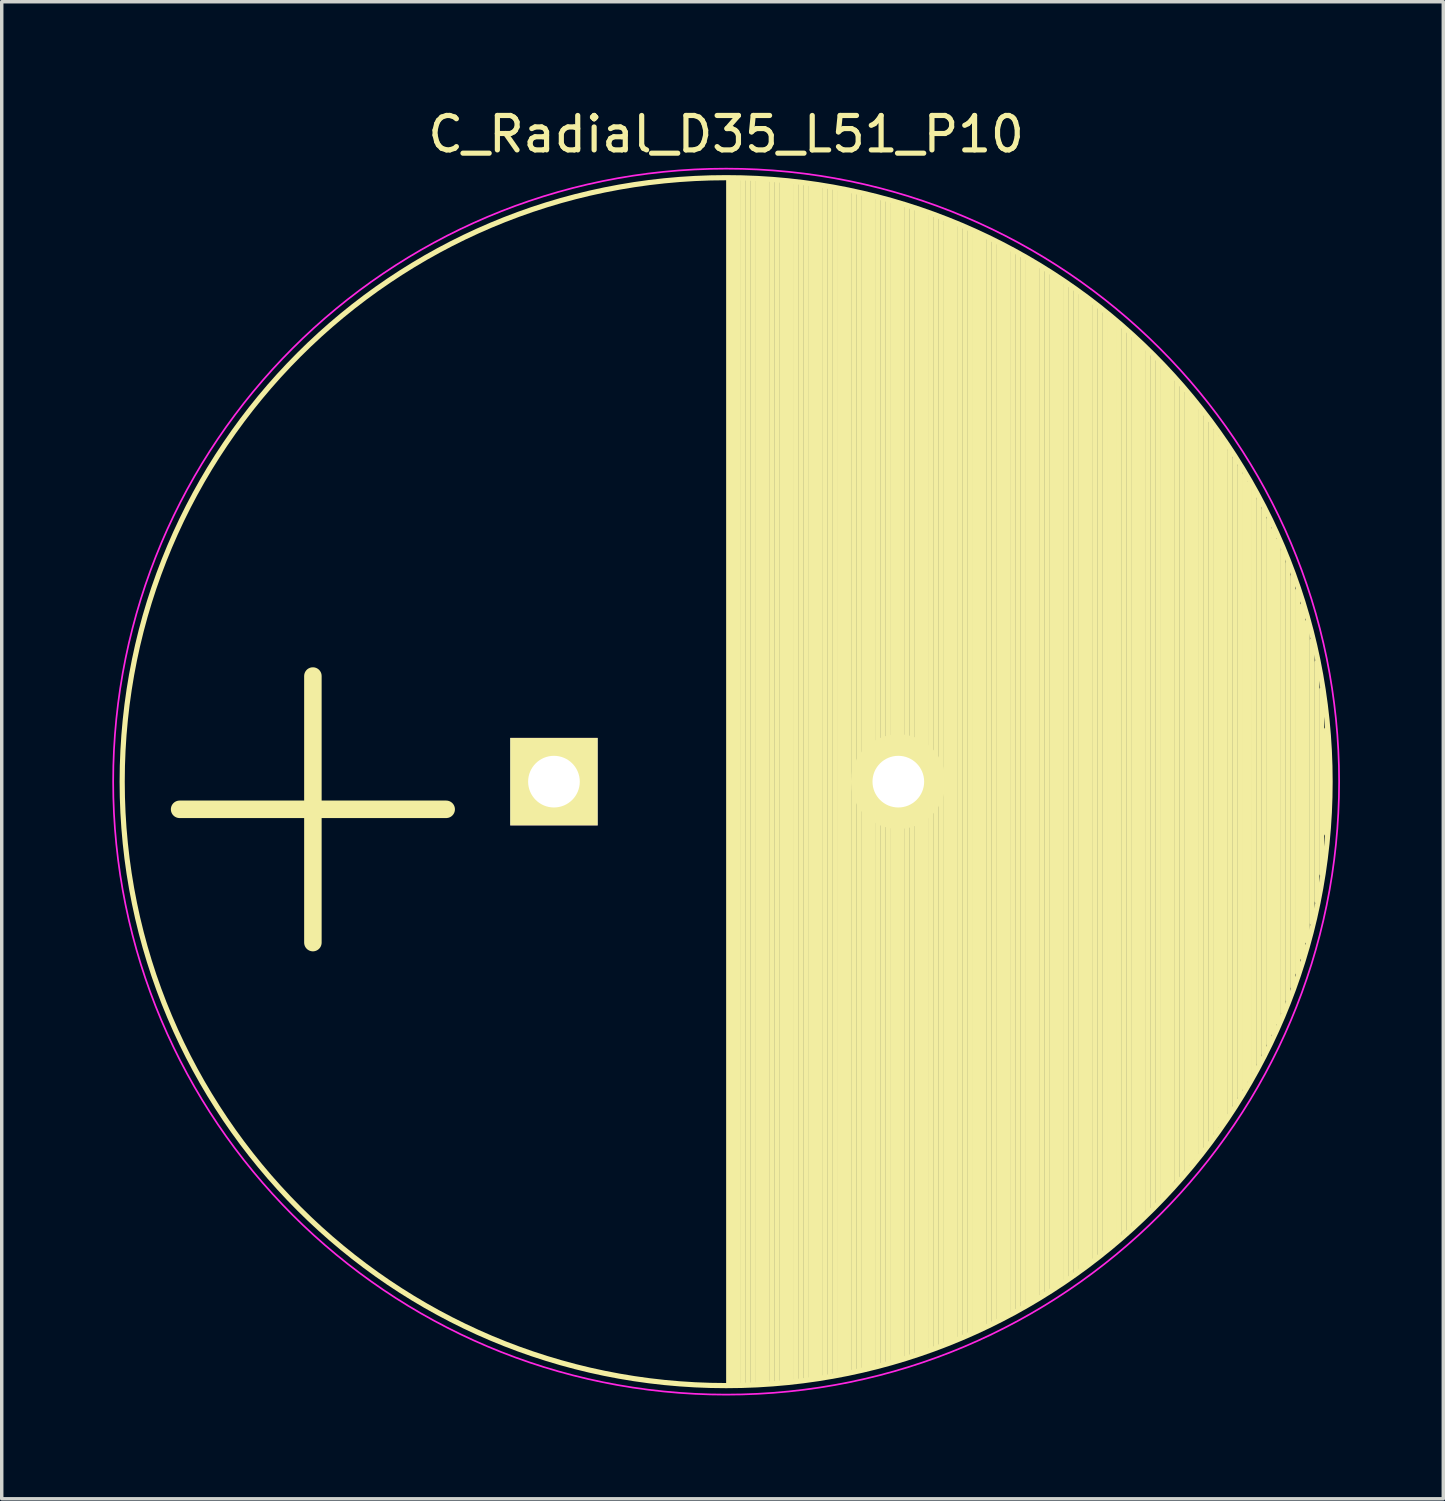
<source format=kicad_pcb>
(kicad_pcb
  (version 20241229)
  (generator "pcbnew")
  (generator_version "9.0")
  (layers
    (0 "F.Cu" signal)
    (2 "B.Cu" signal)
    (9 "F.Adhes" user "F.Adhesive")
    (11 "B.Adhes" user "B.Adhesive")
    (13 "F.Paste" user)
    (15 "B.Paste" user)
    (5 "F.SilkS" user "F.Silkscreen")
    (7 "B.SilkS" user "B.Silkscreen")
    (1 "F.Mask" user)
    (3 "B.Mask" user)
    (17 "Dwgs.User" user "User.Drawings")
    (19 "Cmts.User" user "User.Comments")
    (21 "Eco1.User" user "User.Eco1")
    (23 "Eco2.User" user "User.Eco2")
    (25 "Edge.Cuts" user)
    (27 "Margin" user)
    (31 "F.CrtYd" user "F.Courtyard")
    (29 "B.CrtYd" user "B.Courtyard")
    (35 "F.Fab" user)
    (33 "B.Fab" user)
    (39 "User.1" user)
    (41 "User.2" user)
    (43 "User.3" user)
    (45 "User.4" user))
  (footprint "C_Radial_D35_L51_P10"
    (layer "F.Cu")
    (at 13.036 19.648)
    (property "Reference" "C_Radial_D35_L51_P10" (at 5 -18.8 0) (layer "F.SilkS") (effects (font (size 1 1) (thickness 0.15))))
    (attr through_hole)
    (fp_line (start 5.075 -17.5) (end 5.075 17.5) (stroke (width 0.15) (type solid)) (layer "F.SilkS"))
    (fp_line (start 5.215 -17.499) (end 5.215 17.499) (stroke (width 0.15) (type solid)) (layer "F.SilkS"))
    (fp_line (start 5.355 -17.496) (end 5.355 17.496) (stroke (width 0.15) (type solid)) (layer "F.SilkS"))
    (fp_line (start 5.495 -17.493) (end 5.495 17.493) (stroke (width 0.15) (type solid)) (layer "F.SilkS"))
    (fp_line (start 5.635 -17.488) (end 5.635 17.488) (stroke (width 0.15) (type solid)) (layer "F.SilkS"))
    (fp_line (start 5.775 -17.483) (end 5.775 17.483) (stroke (width 0.15) (type solid)) (layer "F.SilkS"))
    (fp_line (start 5.915 -17.476) (end 5.915 17.476) (stroke (width 0.15) (type solid)) (layer "F.SilkS"))
    (fp_line (start 6.055 -17.468) (end 6.055 17.468) (stroke (width 0.15) (type solid)) (layer "F.SilkS"))
    (fp_line (start 6.195 -17.459) (end 6.195 17.459) (stroke (width 0.15) (type solid)) (layer "F.SilkS"))
    (fp_line (start 6.335 -17.449) (end 6.335 17.449) (stroke (width 0.15) (type solid)) (layer "F.SilkS"))
    (fp_line (start 6.475 -17.438) (end 6.475 17.438) (stroke (width 0.15) (type solid)) (layer "F.SilkS"))
    (fp_line (start 6.615 -17.425) (end 6.615 17.425) (stroke (width 0.15) (type solid)) (layer "F.SilkS"))
    (fp_line (start 6.755 -17.412) (end 6.755 17.412) (stroke (width 0.15) (type solid)) (layer "F.SilkS"))
    (fp_line (start 6.895 -17.397) (end 6.895 17.397) (stroke (width 0.15) (type solid)) (layer "F.SilkS"))
    (fp_line (start 7.035 -17.381) (end 7.035 17.381) (stroke (width 0.15) (type solid)) (layer "F.SilkS"))
    (fp_line (start 7.175 -17.364) (end 7.175 17.364) (stroke (width 0.15) (type solid)) (layer "F.SilkS"))
    (fp_line (start 7.315 -17.346) (end 7.315 17.346) (stroke (width 0.15) (type solid)) (layer "F.SilkS"))
    (fp_line (start 7.455 -17.327) (end 7.455 17.327) (stroke (width 0.15) (type solid)) (layer "F.SilkS"))
    (fp_line (start 7.595 -17.307) (end 7.595 17.307) (stroke (width 0.15) (type solid)) (layer "F.SilkS"))
    (fp_line (start 7.735 -17.285) (end 7.735 17.285) (stroke (width 0.15) (type solid)) (layer "F.SilkS"))
    (fp_line (start 7.875 -17.262) (end 7.875 17.262) (stroke (width 0.15) (type solid)) (layer "F.SilkS"))
    (fp_line (start 8.015 -17.238) (end 8.015 17.238) (stroke (width 0.15) (type solid)) (layer "F.SilkS"))
    (fp_line (start 8.155 -17.213) (end 8.155 17.213) (stroke (width 0.15) (type solid)) (layer "F.SilkS"))
    (fp_line (start 8.295 -17.187) (end 8.295 17.187) (stroke (width 0.15) (type solid)) (layer "F.SilkS"))
    (fp_line (start 8.435 -17.16) (end 8.435 17.16) (stroke (width 0.15) (type solid)) (layer "F.SilkS"))
    (fp_line (start 8.575 -17.131) (end 8.575 17.131) (stroke (width 0.15) (type solid)) (layer "F.SilkS"))
    (fp_line (start 8.715 -17.101) (end 8.715 -0.197) (stroke (width 0.15) (type solid)) (layer "F.SilkS"))
    (fp_line (start 8.715 0.197) (end 8.715 17.101) (stroke (width 0.15) (type solid)) (layer "F.SilkS"))
    (fp_line (start 8.855 -17.07) (end 8.855 -0.616) (stroke (width 0.15) (type solid)) (layer "F.SilkS"))
    (fp_line (start 8.855 0.616) (end 8.855 17.07) (stroke (width 0.15) (type solid)) (layer "F.SilkS"))
    (fp_line (start 8.995 -17.038) (end 8.995 -0.825) (stroke (width 0.15) (type solid)) (layer "F.SilkS"))
    (fp_line (start 8.995 0.825) (end 8.995 17.038) (stroke (width 0.15) (type solid)) (layer "F.SilkS"))
    (fp_line (start 9.135 -17.004) (end 9.135 -0.97) (stroke (width 0.15) (type solid)) (layer "F.SilkS"))
    (fp_line (start 9.135 0.97) (end 9.135 17.004) (stroke (width 0.15) (type solid)) (layer "F.SilkS"))
    (fp_line (start 9.275 -16.97) (end 9.275 -1.079) (stroke (width 0.15) (type solid)) (layer "F.SilkS"))
    (fp_line (start 9.275 1.079) (end 9.275 16.97) (stroke (width 0.15) (type solid)) (layer "F.SilkS"))
    (fp_line (start 9.415 -16.934) (end 9.415 -1.161) (stroke (width 0.15) (type solid)) (layer "F.SilkS"))
    (fp_line (start 9.415 1.161) (end 9.415 16.934) (stroke (width 0.15) (type solid)) (layer "F.SilkS"))
    (fp_line (start 9.555 -16.897) (end 9.555 -1.221) (stroke (width 0.15) (type solid)) (layer "F.SilkS"))
    (fp_line (start 9.555 1.221) (end 9.555 16.897) (stroke (width 0.15) (type solid)) (layer "F.SilkS"))
    (fp_line (start 9.695 -16.858) (end 9.695 -1.264) (stroke (width 0.15) (type solid)) (layer "F.SilkS"))
    (fp_line (start 9.695 1.264) (end 9.695 16.858) (stroke (width 0.15) (type solid)) (layer "F.SilkS"))
    (fp_line (start 9.835 -16.819) (end 9.835 -1.289) (stroke (width 0.15) (type solid)) (layer "F.SilkS"))
    (fp_line (start 9.835 1.289) (end 9.835 16.819) (stroke (width 0.15) (type solid)) (layer "F.SilkS"))
    (fp_line (start 9.975 -16.778) (end 9.975 -1.3) (stroke (width 0.15) (type solid)) (layer "F.SilkS"))
    (fp_line (start 9.975 1.3) (end 9.975 16.778) (stroke (width 0.15) (type solid)) (layer "F.SilkS"))
    (fp_line (start 10.115 -16.736) (end 10.115 -1.295) (stroke (width 0.15) (type solid)) (layer "F.SilkS"))
    (fp_line (start 10.115 1.295) (end 10.115 16.736) (stroke (width 0.15) (type solid)) (layer "F.SilkS"))
    (fp_line (start 10.255 -16.692) (end 10.255 -1.275) (stroke (width 0.15) (type solid)) (layer "F.SilkS"))
    (fp_line (start 10.255 1.275) (end 10.255 16.692) (stroke (width 0.15) (type solid)) (layer "F.SilkS"))
    (fp_line (start 10.395 -16.648) (end 10.395 -1.239) (stroke (width 0.15) (type solid)) (layer "F.SilkS"))
    (fp_line (start 10.395 1.239) (end 10.395 16.648) (stroke (width 0.15) (type solid)) (layer "F.SilkS"))
    (fp_line (start 10.535 -16.602) (end 10.535 -1.185) (stroke (width 0.15) (type solid)) (layer "F.SilkS"))
    (fp_line (start 10.535 1.185) (end 10.535 16.602) (stroke (width 0.15) (type solid)) (layer "F.SilkS"))
    (fp_line (start 10.675 -16.554) (end 10.675 -1.111) (stroke (width 0.15) (type solid)) (layer "F.SilkS"))
    (fp_line (start 10.675 1.111) (end 10.675 16.554) (stroke (width 0.15) (type solid)) (layer "F.SilkS"))
    (fp_line (start 10.815 -16.506) (end 10.815 -1.013) (stroke (width 0.15) (type solid)) (layer "F.SilkS"))
    (fp_line (start 10.815 1.013) (end 10.815 16.506) (stroke (width 0.15) (type solid)) (layer "F.SilkS"))
    (fp_line (start 10.955 -16.456) (end 10.955 -0.882) (stroke (width 0.15) (type solid)) (layer "F.SilkS"))
    (fp_line (start 10.955 0.882) (end 10.955 16.456) (stroke (width 0.15) (type solid)) (layer "F.SilkS"))
    (fp_line (start 11.095 -16.404) (end 11.095 -0.701) (stroke (width 0.15) (type solid)) (layer "F.SilkS"))
    (fp_line (start 11.095 0.701) (end 11.095 16.404) (stroke (width 0.15) (type solid)) (layer "F.SilkS"))
    (fp_line (start 11.235 -16.352) (end 11.235 -0.406) (stroke (width 0.15) (type solid)) (layer "F.SilkS"))
    (fp_line (start 11.235 0.406) (end 11.235 16.352) (stroke (width 0.15) (type solid)) (layer "F.SilkS"))
    (fp_line (start 11.375 -16.298) (end 11.375 16.298) (stroke (width 0.15) (type solid)) (layer "F.SilkS"))
    (fp_line (start 11.515 -16.242) (end 11.515 16.242) (stroke (width 0.15) (type solid)) (layer "F.SilkS"))
    (fp_line (start 11.655 -16.185) (end 11.655 16.185) (stroke (width 0.15) (type solid)) (layer "F.SilkS"))
    (fp_line (start 11.795 -16.127) (end 11.795 16.127) (stroke (width 0.15) (type solid)) (layer "F.SilkS"))
    (fp_line (start 11.935 -16.067) (end 11.935 16.067) (stroke (width 0.15) (type solid)) (layer "F.SilkS"))
    (fp_line (start 12.075 -16.006) (end 12.075 16.006) (stroke (width 0.15) (type solid)) (layer "F.SilkS"))
    (fp_line (start 12.215 -15.943) (end 12.215 15.943) (stroke (width 0.15) (type solid)) (layer "F.SilkS"))
    (fp_line (start 12.355 -15.879) (end 12.355 15.879) (stroke (width 0.15) (type solid)) (layer "F.SilkS"))
    (fp_line (start 12.495 -15.814) (end 12.495 15.814) (stroke (width 0.15) (type solid)) (layer "F.SilkS"))
    (fp_line (start 12.635 -15.747) (end 12.635 15.747) (stroke (width 0.15) (type solid)) (layer "F.SilkS"))
    (fp_line (start 12.775 -15.678) (end 12.775 15.678) (stroke (width 0.15) (type solid)) (layer "F.SilkS"))
    (fp_line (start 12.915 -15.608) (end 12.915 15.608) (stroke (width 0.15) (type solid)) (layer "F.SilkS"))
    (fp_line (start 13.055 -15.536) (end 13.055 15.536) (stroke (width 0.15) (type solid)) (layer "F.SilkS"))
    (fp_line (start 13.195 -15.463) (end 13.195 15.463) (stroke (width 0.15) (type solid)) (layer "F.SilkS"))
    (fp_line (start 13.335 -15.388) (end 13.335 15.388) (stroke (width 0.15) (type solid)) (layer "F.SilkS"))
    (fp_line (start 13.475 -15.311) (end 13.475 15.311) (stroke (width 0.15) (type solid)) (layer "F.SilkS"))
    (fp_line (start 13.615 -15.233) (end 13.615 15.233) (stroke (width 0.15) (type solid)) (layer "F.SilkS"))
    (fp_line (start 13.755 -15.153) (end 13.755 15.153) (stroke (width 0.15) (type solid)) (layer "F.SilkS"))
    (fp_line (start 13.895 -15.071) (end 13.895 15.071) (stroke (width 0.15) (type solid)) (layer "F.SilkS"))
    (fp_line (start 14.035 -14.987) (end 14.035 14.987) (stroke (width 0.15) (type solid)) (layer "F.SilkS"))
    (fp_line (start 14.175 -14.902) (end 14.175 14.902) (stroke (width 0.15) (type solid)) (layer "F.SilkS"))
    (fp_line (start 14.315 -14.815) (end 14.315 14.815) (stroke (width 0.15) (type solid)) (layer "F.SilkS"))
    (fp_line (start 14.455 -14.726) (end 14.455 14.726) (stroke (width 0.15) (type solid)) (layer "F.SilkS"))
    (fp_line (start 14.595 -14.635) (end 14.595 14.635) (stroke (width 0.15) (type solid)) (layer "F.SilkS"))
    (fp_line (start 14.735 -14.542) (end 14.735 14.542) (stroke (width 0.15) (type solid)) (layer "F.SilkS"))
    (fp_line (start 14.875 -14.448) (end 14.875 14.448) (stroke (width 0.15) (type solid)) (layer "F.SilkS"))
    (fp_line (start 15.015 -14.351) (end 15.015 14.351) (stroke (width 0.15) (type solid)) (layer "F.SilkS"))
    (fp_line (start 15.155 -14.252) (end 15.155 14.252) (stroke (width 0.15) (type solid)) (layer "F.SilkS"))
    (fp_line (start 15.295 -14.151) (end 15.295 14.151) (stroke (width 0.15) (type solid)) (layer "F.SilkS"))
    (fp_line (start 15.435 -14.049) (end 15.435 14.049) (stroke (width 0.15) (type solid)) (layer "F.SilkS"))
    (fp_line (start 15.575 -13.943) (end 15.575 13.943) (stroke (width 0.15) (type solid)) (layer "F.SilkS"))
    (fp_line (start 15.715 -13.836) (end 15.715 13.836) (stroke (width 0.15) (type solid)) (layer "F.SilkS"))
    (fp_line (start 15.855 -13.727) (end 15.855 13.727) (stroke (width 0.15) (type solid)) (layer "F.SilkS"))
    (fp_line (start 15.995 -13.615) (end 15.995 13.615) (stroke (width 0.15) (type solid)) (layer "F.SilkS"))
    (fp_line (start 16.135 -13.5) (end 16.135 13.5) (stroke (width 0.15) (type solid)) (layer "F.SilkS"))
    (fp_line (start 16.275 -13.384) (end 16.275 13.384) (stroke (width 0.15) (type solid)) (layer "F.SilkS"))
    (fp_line (start 16.415 -13.265) (end 16.415 13.265) (stroke (width 0.15) (type solid)) (layer "F.SilkS"))
    (fp_line (start 16.555 -13.143) (end 16.555 13.143) (stroke (width 0.15) (type solid)) (layer "F.SilkS"))
    (fp_line (start 16.695 -13.018) (end 16.695 13.018) (stroke (width 0.15) (type solid)) (layer "F.SilkS"))
    (fp_line (start 16.835 -12.891) (end 16.835 12.891) (stroke (width 0.15) (type solid)) (layer "F.SilkS"))
    (fp_line (start 16.975 -12.761) (end 16.975 12.761) (stroke (width 0.15) (type solid)) (layer "F.SilkS"))
    (fp_line (start 17.115 -12.628) (end 17.115 12.628) (stroke (width 0.15) (type solid)) (layer "F.SilkS"))
    (fp_line (start 17.255 -12.493) (end 17.255 12.493) (stroke (width 0.15) (type solid)) (layer "F.SilkS"))
    (fp_line (start 17.395 -12.354) (end 17.395 12.354) (stroke (width 0.15) (type solid)) (layer "F.SilkS"))
    (fp_line (start 17.535 -12.212) (end 17.535 12.212) (stroke (width 0.15) (type solid)) (layer "F.SilkS"))
    (fp_line (start 17.675 -12.066) (end 17.675 12.066) (stroke (width 0.15) (type solid)) (layer "F.SilkS"))
    (fp_line (start 17.815 -11.917) (end 17.815 11.917) (stroke (width 0.15) (type solid)) (layer "F.SilkS"))
    (fp_line (start 17.955 -11.765) (end 17.955 11.765) (stroke (width 0.15) (type solid)) (layer "F.SilkS"))
    (fp_line (start 18.095 -11.609) (end 18.095 11.609) (stroke (width 0.15) (type solid)) (layer "F.SilkS"))
    (fp_line (start 18.235 -11.449) (end 18.235 11.449) (stroke (width 0.15) (type solid)) (layer "F.SilkS"))
    (fp_line (start 18.375 -11.285) (end 18.375 11.285) (stroke (width 0.15) (type solid)) (layer "F.SilkS"))
    (fp_line (start 18.515 -11.117) (end 18.515 11.117) (stroke (width 0.15) (type solid)) (layer "F.SilkS"))
    (fp_line (start 18.655 -10.945) (end 18.655 10.945) (stroke (width 0.15) (type solid)) (layer "F.SilkS"))
    (fp_line (start 18.795 -10.768) (end 18.795 10.768) (stroke (width 0.15) (type solid)) (layer "F.SilkS"))
    (fp_line (start 18.935 -10.586) (end 18.935 10.586) (stroke (width 0.15) (type solid)) (layer "F.SilkS"))
    (fp_line (start 19.075 -10.399) (end 19.075 10.399) (stroke (width 0.15) (type solid)) (layer "F.SilkS"))
    (fp_line (start 19.215 -10.207) (end 19.215 10.207) (stroke (width 0.15) (type solid)) (layer "F.SilkS"))
    (fp_line (start 19.355 -10.009) (end 19.355 10.009) (stroke (width 0.15) (type solid)) (layer "F.SilkS"))
    (fp_line (start 19.495 -9.805) (end 19.495 9.805) (stroke (width 0.15) (type solid)) (layer "F.SilkS"))
    (fp_line (start 19.635 -9.595) (end 19.635 9.595) (stroke (width 0.15) (type solid)) (layer "F.SilkS"))
    (fp_line (start 19.775 -9.378) (end 19.775 9.378) (stroke (width 0.15) (type solid)) (layer "F.SilkS"))
    (fp_line (start 19.915 -9.154) (end 19.915 9.154) (stroke (width 0.15) (type solid)) (layer "F.SilkS"))
    (fp_line (start 20.055 -8.922) (end 20.055 8.922) (stroke (width 0.15) (type solid)) (layer "F.SilkS"))
    (fp_line (start 20.195 -8.681) (end 20.195 8.681) (stroke (width 0.15) (type solid)) (layer "F.SilkS"))
    (fp_line (start 20.335 -8.431) (end 20.335 8.431) (stroke (width 0.15) (type solid)) (layer "F.SilkS"))
    (fp_line (start 20.475 -8.172) (end 20.475 8.172) (stroke (width 0.15) (type solid)) (layer "F.SilkS"))
    (fp_line (start 20.615 -7.901) (end 20.615 7.901) (stroke (width 0.15) (type solid)) (layer "F.SilkS"))
    (fp_line (start 20.755 -7.618) (end 20.755 7.618) (stroke (width 0.15) (type solid)) (layer "F.SilkS"))
    (fp_line (start 20.895 -7.321) (end 20.895 7.321) (stroke (width 0.15) (type solid)) (layer "F.SilkS"))
    (fp_line (start 21.035 -7.009) (end 21.035 7.009) (stroke (width 0.15) (type solid)) (layer "F.SilkS"))
    (fp_line (start 21.175 -6.68) (end 21.175 6.68) (stroke (width 0.15) (type solid)) (layer "F.SilkS"))
    (fp_line (start 21.315 -6.33) (end 21.315 6.33) (stroke (width 0.15) (type solid)) (layer "F.SilkS"))
    (fp_line (start 21.455 -5.957) (end 21.455 5.957) (stroke (width 0.15) (type solid)) (layer "F.SilkS"))
    (fp_line (start 21.595 -5.555) (end 21.595 5.555) (stroke (width 0.15) (type solid)) (layer "F.SilkS"))
    (fp_line (start 21.735 -5.118) (end 21.735 5.118) (stroke (width 0.15) (type solid)) (layer "F.SilkS"))
    (fp_line (start 21.875 -4.635) (end 21.875 4.635) (stroke (width 0.15) (type solid)) (layer "F.SilkS"))
    (fp_line (start 22.015 -4.091) (end 22.015 4.091) (stroke (width 0.15) (type solid)) (layer "F.SilkS"))
    (fp_line (start 22.155 -3.458) (end 22.155 3.458) (stroke (width 0.15) (type solid)) (layer "F.SilkS"))
    (fp_line (start 22.295 -2.671) (end 22.295 2.671) (stroke (width 0.15) (type solid)) (layer "F.SilkS"))
    (fp_line (start 22.435 -1.507) (end 22.435 1.507) (stroke (width 0.15) (type solid)) (layer "F.SilkS"))
    (fp_circle (center 5 0) (end 5 -17.538) (stroke (width 0.15) (type solid)) (fill no) (layer "F.SilkS"))
    (fp_circle (center 10 0) (end 10 -1.3) (stroke (width 0.15) (type solid)) (fill no) (layer "F.SilkS"))
    (fp_circle (center 5 0) (end 5 -17.8) (stroke (width 0.05) (type solid)) (fill no) (layer "F.CrtYd"))
    (fp_text user "+" (at -7 0 0) (layer "F.SilkS") (effects (font (size 10.16 10.16) (thickness 0.508))))
    (pad "1" thru_hole rect (at 0 0) (size 2.54 2.54) (drill 1.5) (layers "*.Cu" "*.Mask" "F.SilkS"))
    (pad "2" thru_hole circle (at 10 0) (size 2.54 2.54) (drill 1.5) (layers "*.Cu" "*.Mask" "F.SilkS")))
  (gr_rect
    (start -3 -3)
    (end 38.861 40.473)
    (stroke (width 0.1) (type default))
    (fill no)
    (layer "Edge.Cuts")))
</source>
